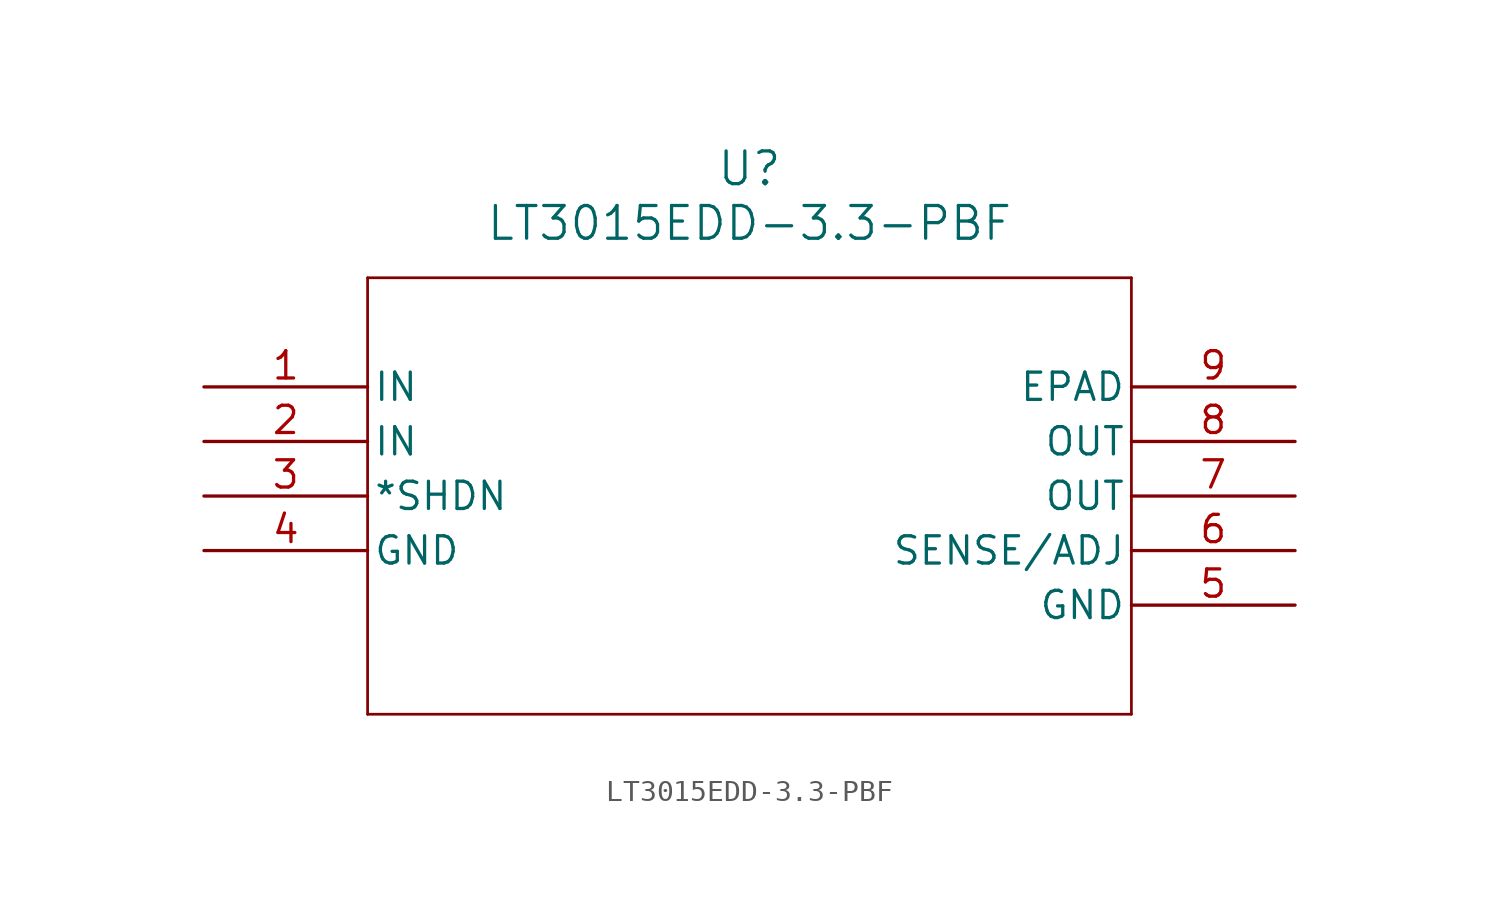
<source format=kicad_sym>
(kicad_symbol_lib
  (version 20211014)
  (generator kicad_symbol_editor)
  (symbol "LT3015EDD-3.3-PBF"
    (pin_names
      (offset 0.254))
    (property "Reference" "U"
      (at 25.4 10.16 0)
      (effects (font (size 1.524 1.524))))
    (property "Value" "LT3015EDD-3.3-PBF"
      (at 25.4 7.62 0)
      (effects (font (size 1.524 1.524))))
    (symbol "LT3015EDD-3.3-PBF_0_1"
      (polyline (pts (xy 7.62 5.08) (xy 7.62 -15.24)) (stroke (width 0.127) (type default) (color 0 0 0 0)) (fill (type none)))
      (polyline (pts (xy 7.62 -15.24) (xy 43.18 -15.24)) (stroke (width 0.127) (type default) (color 0 0 0 0)) (fill (type none)))
      (polyline (pts (xy 43.18 -15.24) (xy 43.18 5.08)) (stroke (width 0.127) (type default) (color 0 0 0 0)) (fill (type none)))
      (polyline (pts (xy 43.18 5.08) (xy 7.62 5.08)) (stroke (width 0.127) (type default) (color 0 0 0 0)) (fill (type none)))
      (pin input line (at 0 0 0) (length 7.62) (name "IN" (effects (font (size 1.27 1.27)))) (number "1" (effects (font (size 1.27 1.27)))))
      (pin input line (at 0 -2.54 0) (length 7.62) (name "IN" (effects (font (size 1.27 1.27)))) (number "2" (effects (font (size 1.27 1.27)))))
      (pin bidirectional line (at 0 -5.08 0) (length 7.62) (name "*SHDN" (effects (font (size 1.27 1.27)))) (number "3" (effects (font (size 1.27 1.27)))))
      (pin power_in line (at 0 -7.62 0) (length 7.62) (name "GND" (effects (font (size 1.27 1.27)))) (number "4" (effects (font (size 1.27 1.27)))))
      (pin power_in line (at 50.8 -10.16 180) (length 7.62) (name "GND" (effects (font (size 1.27 1.27)))) (number "5" (effects (font (size 1.27 1.27)))))
      (pin input line (at 50.8 -7.62 180) (length 7.62) (name "SENSE/ADJ" (effects (font (size 1.27 1.27)))) (number "6" (effects (font (size 1.27 1.27)))))
      (pin output line (at 50.8 -5.08 180) (length 7.62) (name "OUT" (effects (font (size 1.27 1.27)))) (number "7" (effects (font (size 1.27 1.27)))))
      (pin output line (at 50.8 -2.54 180) (length 7.62) (name "OUT" (effects (font (size 1.27 1.27)))) (number "8" (effects (font (size 1.27 1.27)))))
      (pin unspecified line (at 50.8 0 180) (length 7.62) (name "EPAD" (effects (font (size 1.27 1.27)))) (number "9" (effects (font (size 1.27 1.27))))))))
</source>
